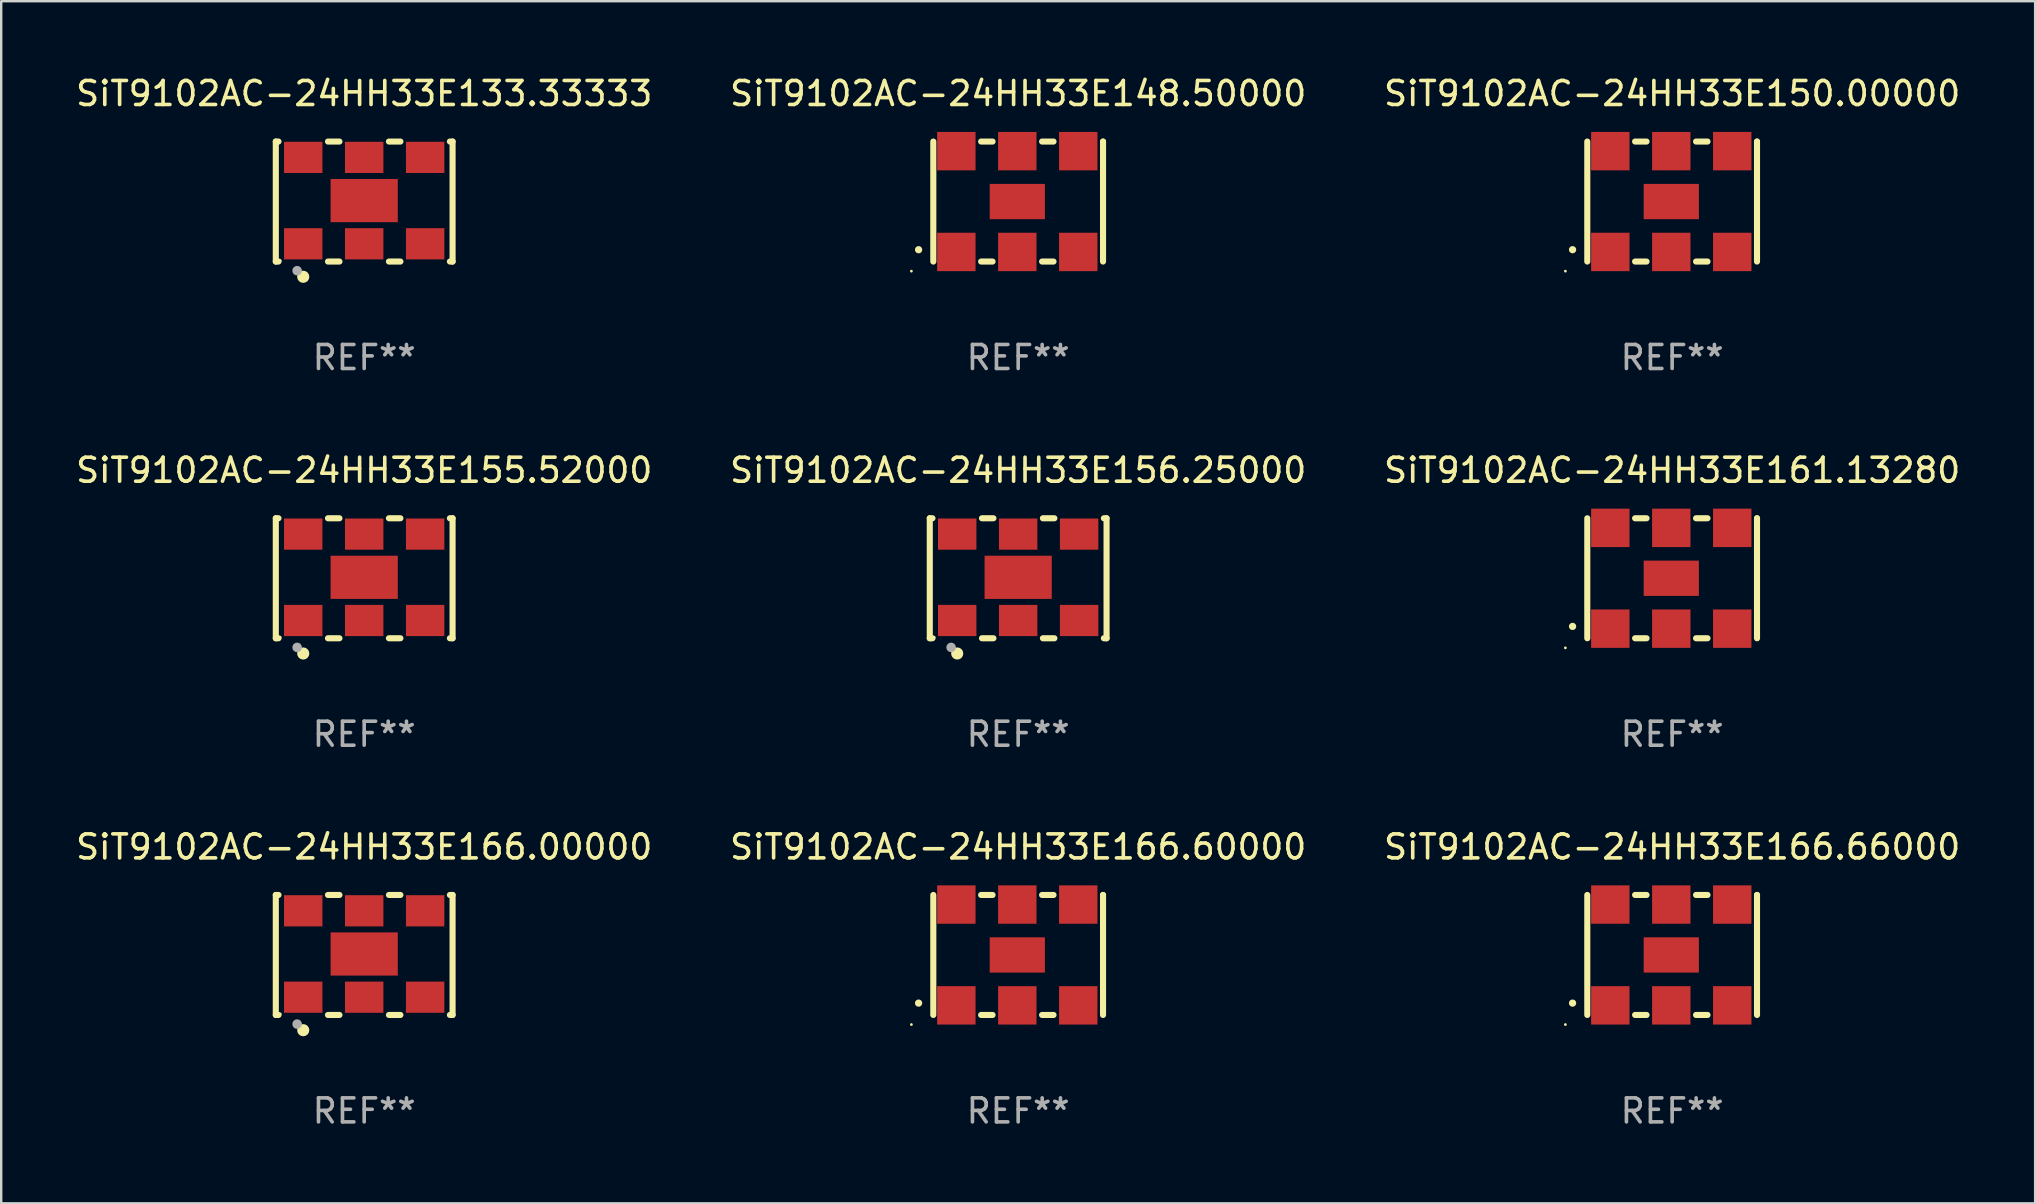
<source format=kicad_pcb>
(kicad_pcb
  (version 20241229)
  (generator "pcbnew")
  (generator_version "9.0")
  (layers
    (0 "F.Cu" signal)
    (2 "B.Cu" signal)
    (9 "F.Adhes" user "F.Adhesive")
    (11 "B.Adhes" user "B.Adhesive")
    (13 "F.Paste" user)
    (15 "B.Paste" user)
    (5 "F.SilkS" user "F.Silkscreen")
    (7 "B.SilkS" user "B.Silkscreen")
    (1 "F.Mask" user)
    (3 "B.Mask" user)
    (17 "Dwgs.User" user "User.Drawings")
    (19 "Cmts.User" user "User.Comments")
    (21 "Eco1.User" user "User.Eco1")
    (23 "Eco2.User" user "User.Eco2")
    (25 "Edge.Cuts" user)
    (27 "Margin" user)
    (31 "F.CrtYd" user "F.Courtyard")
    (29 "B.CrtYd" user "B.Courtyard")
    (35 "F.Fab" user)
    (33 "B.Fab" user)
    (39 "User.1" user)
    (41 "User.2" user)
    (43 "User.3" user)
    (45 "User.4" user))
  (footprint "SiT9102AC-24HH33E156.25000"
    (layer "F.Cu")
    (at 39.375 21.045)
    (property "Reference" "SiT9102AC-24HH33E156.25000" (at 0 -4.5 0) (layer "F.SilkS") (effects (font (size 1 1) (thickness 0.15))))
    (attr through_hole)
    (fp_line (start -3.683 -2.5) (end -3.571 -2.5) (stroke (width 0.254) (type solid)) (layer "F.SilkS"))
    (fp_line (start -3.683 2.5) (end -3.683 -2.5) (stroke (width 0.254) (type solid)) (layer "F.SilkS"))
    (fp_line (start -3.683 2.5) (end -3.571 2.5) (stroke (width 0.254) (type solid)) (layer "F.SilkS"))
    (fp_line (start -1.509 -2.5) (end -1.031 -2.5) (stroke (width 0.254) (type solid)) (layer "F.SilkS"))
    (fp_line (start -1.509 2.5) (end -1.031 2.5) (stroke (width 0.254) (type solid)) (layer "F.SilkS"))
    (fp_line (start 1.031 -2.5) (end 1.509 -2.5) (stroke (width 0.254) (type solid)) (layer "F.SilkS"))
    (fp_line (start 1.031 2.5) (end 1.509 2.5) (stroke (width 0.254) (type solid)) (layer "F.SilkS"))
    (fp_line (start 3.571 -2.5) (end 3.683 -2.5) (stroke (width 0.254) (type solid)) (layer "F.SilkS"))
    (fp_line (start 3.571 2.5) (end 3.683 2.5) (stroke (width 0.254) (type solid)) (layer "F.SilkS"))
    (fp_line (start 3.683 2.5) (end 3.683 -2.5) (stroke (width 0.254) (type solid)) (layer "F.SilkS"))
    (fp_circle (center -3.5 2.46) (end -3.47 2.46) (stroke (width 0.06) (type solid)) (fill no) (layer "F.SilkS"))
    (fp_circle (center -2.54 3.135) (end -2.413 3.135) (stroke (width 0.254) (type solid)) (fill no) (layer "F.SilkS"))
    (fp_circle (center -2.794 2.881) (end -2.694 2.881) (stroke (width 0.2) (type solid)) (fill no) (layer "F.Fab"))
    (fp_text user "REF**" (at 0 6.5 0) (layer "F.Fab") (effects (font (size 1 1) (thickness 0.15))))
    (pad "1" smd rect (at -2.54 1.76) (size 1.6 1.3) (layers "F.Cu" "F.Mask" "F.Paste"))
    (pad "2" smd rect (at 0 1.76) (size 1.6 1.3) (layers "F.Cu" "F.Mask" "F.Paste"))
    (pad "3" smd rect (at 2.54 1.76) (size 1.6 1.3) (layers "F.Cu" "F.Mask" "F.Paste"))
    (pad "4" smd rect (at 2.54 -1.84) (size 1.6 1.3) (layers "F.Cu" "F.Mask" "F.Paste"))
    (pad "5" smd rect (at 0 -1.84) (size 1.6 1.3) (layers "F.Cu" "F.Mask" "F.Paste"))
    (pad "6" smd rect (at -2.54 -1.84) (size 1.6 1.3) (layers "F.Cu" "F.Mask" "F.Paste"))
    (pad "7" smd rect (at 0 -0.04) (size 2.8 1.8) (layers "F.Cu" "F.Mask" "F.Paste")))
  (footprint "SiT9102AC-24HH33E161.13280"
    (layer "F.Cu")
    (at 66.625 21.045)
    (property "Reference" "SiT9102AC-24HH33E161.13280" (at 0 -4.5 0) (layer "F.SilkS") (effects (font (size 1 1) (thickness 0.15))))
    (attr through_hole)
    (fp_line (start -3.536 -2.5) (end -3.536 2.5) (stroke (width 0.254) (type solid)) (layer "F.SilkS"))
    (fp_line (start -1.544 2.5) (end -1.067 2.5) (stroke (width 0.254) (type solid)) (layer "F.SilkS"))
    (fp_line (start -1.067 -2.5) (end -1.544 -2.5) (stroke (width 0.254) (type solid)) (layer "F.SilkS"))
    (fp_line (start 0.996 2.5) (end 1.473 2.5) (stroke (width 0.254) (type solid)) (layer "F.SilkS"))
    (fp_line (start 1.473 -2.5) (end 0.996 -2.5) (stroke (width 0.254) (type solid)) (layer "F.SilkS"))
    (fp_line (start 3.536 -2.5) (end 3.536 -2.5) (stroke (width 0.254) (type solid)) (layer "F.SilkS"))
    (fp_line (start 3.536 2.5) (end 3.536 -2.5) (stroke (width 0.254) (type solid)) (layer "F.SilkS"))
    (fp_arc (start -4.150432 2.006604) (mid -4.149162 2.006599) (end -4.147892 2.006604) (stroke (width 0.3) (type solid)) (layer "F.SilkS"))
    (fp_circle (center -4.449 2.9) (end -4.419 2.9) (stroke (width 0.06) (type solid)) (fill no) (layer "F.SilkS"))
    (fp_text user "REF**" (at 0 6.5 0) (layer "F.Fab") (effects (font (size 1 1) (thickness 0.15))))
    (pad "1" smd rect (at -2.576 2.1) (size 1.6 1.6) (layers "F.Cu" "F.Mask" "F.Paste"))
    (pad "2" smd rect (at -0.036 2.1) (size 1.6 1.6) (layers "F.Cu" "F.Mask" "F.Paste"))
    (pad "3" smd rect (at 2.504 2.1) (size 1.6 1.6) (layers "F.Cu" "F.Mask" "F.Paste"))
    (pad "4" smd rect (at 2.504 -2.1) (size 1.6 1.6) (layers "F.Cu" "F.Mask" "F.Paste"))
    (pad "5" smd rect (at -0.036 -2.1) (size 1.6 1.6) (layers "F.Cu" "F.Mask" "F.Paste"))
    (pad "6" smd rect (at -2.576 -2.1) (size 1.6 1.6) (layers "F.Cu" "F.Mask" "F.Paste"))
    (pad "7" smd rect (at -0.036 0) (size 2.3 1.47) (layers "F.Cu" "F.Mask" "F.Paste")))
  (footprint "SiT9102AC-24HH33E155.52000"
    (layer "F.Cu")
    (at 12.125 21.045)
    (property "Reference" "SiT9102AC-24HH33E155.52000" (at 0 -4.5 0) (layer "F.SilkS") (effects (font (size 1 1) (thickness 0.15))))
    (attr through_hole)
    (fp_line (start -3.683 -2.5) (end -3.571 -2.5) (stroke (width 0.254) (type solid)) (layer "F.SilkS"))
    (fp_line (start -3.683 2.5) (end -3.683 -2.5) (stroke (width 0.254) (type solid)) (layer "F.SilkS"))
    (fp_line (start -3.683 2.5) (end -3.571 2.5) (stroke (width 0.254) (type solid)) (layer "F.SilkS"))
    (fp_line (start -1.509 -2.5) (end -1.031 -2.5) (stroke (width 0.254) (type solid)) (layer "F.SilkS"))
    (fp_line (start -1.509 2.5) (end -1.031 2.5) (stroke (width 0.254) (type solid)) (layer "F.SilkS"))
    (fp_line (start 1.031 -2.5) (end 1.509 -2.5) (stroke (width 0.254) (type solid)) (layer "F.SilkS"))
    (fp_line (start 1.031 2.5) (end 1.509 2.5) (stroke (width 0.254) (type solid)) (layer "F.SilkS"))
    (fp_line (start 3.571 -2.5) (end 3.683 -2.5) (stroke (width 0.254) (type solid)) (layer "F.SilkS"))
    (fp_line (start 3.571 2.5) (end 3.683 2.5) (stroke (width 0.254) (type solid)) (layer "F.SilkS"))
    (fp_line (start 3.683 2.5) (end 3.683 -2.5) (stroke (width 0.254) (type solid)) (layer "F.SilkS"))
    (fp_circle (center -3.5 2.46) (end -3.47 2.46) (stroke (width 0.06) (type solid)) (fill no) (layer "F.SilkS"))
    (fp_circle (center -2.54 3.135) (end -2.413 3.135) (stroke (width 0.254) (type solid)) (fill no) (layer "F.SilkS"))
    (fp_circle (center -2.794 2.881) (end -2.694 2.881) (stroke (width 0.2) (type solid)) (fill no) (layer "F.Fab"))
    (fp_text user "REF**" (at 0 6.5 0) (layer "F.Fab") (effects (font (size 1 1) (thickness 0.15))))
    (pad "1" smd rect (at -2.54 1.76) (size 1.6 1.3) (layers "F.Cu" "F.Mask" "F.Paste"))
    (pad "2" smd rect (at 0 1.76) (size 1.6 1.3) (layers "F.Cu" "F.Mask" "F.Paste"))
    (pad "3" smd rect (at 2.54 1.76) (size 1.6 1.3) (layers "F.Cu" "F.Mask" "F.Paste"))
    (pad "4" smd rect (at 2.54 -1.84) (size 1.6 1.3) (layers "F.Cu" "F.Mask" "F.Paste"))
    (pad "5" smd rect (at 0 -1.84) (size 1.6 1.3) (layers "F.Cu" "F.Mask" "F.Paste"))
    (pad "6" smd rect (at -2.54 -1.84) (size 1.6 1.3) (layers "F.Cu" "F.Mask" "F.Paste"))
    (pad "7" smd rect (at 0 -0.04) (size 2.8 1.8) (layers "F.Cu" "F.Mask" "F.Paste")))
  (footprint "SiT9102AC-24HH33E166.66000"
    (layer "F.Cu")
    (at 66.625 36.741)
    (property "Reference" "SiT9102AC-24HH33E166.66000" (at 0 -4.5 0) (layer "F.SilkS") (effects (font (size 1 1) (thickness 0.15))))
    (attr through_hole)
    (fp_line (start -3.536 -2.5) (end -3.536 2.5) (stroke (width 0.254) (type solid)) (layer "F.SilkS"))
    (fp_line (start -1.544 2.5) (end -1.067 2.5) (stroke (width 0.254) (type solid)) (layer "F.SilkS"))
    (fp_line (start -1.067 -2.5) (end -1.544 -2.5) (stroke (width 0.254) (type solid)) (layer "F.SilkS"))
    (fp_line (start 0.996 2.5) (end 1.473 2.5) (stroke (width 0.254) (type solid)) (layer "F.SilkS"))
    (fp_line (start 1.473 -2.5) (end 0.996 -2.5) (stroke (width 0.254) (type solid)) (layer "F.SilkS"))
    (fp_line (start 3.536 -2.5) (end 3.536 -2.5) (stroke (width 0.254) (type solid)) (layer "F.SilkS"))
    (fp_line (start 3.536 2.5) (end 3.536 -2.5) (stroke (width 0.254) (type solid)) (layer "F.SilkS"))
    (fp_arc (start -4.150432 2.006604) (mid -4.149162 2.006599) (end -4.147892 2.006604) (stroke (width 0.3) (type solid)) (layer "F.SilkS"))
    (fp_circle (center -4.449 2.9) (end -4.419 2.9) (stroke (width 0.06) (type solid)) (fill no) (layer "F.SilkS"))
    (fp_text user "REF**" (at 0 6.5 0) (layer "F.Fab") (effects (font (size 1 1) (thickness 0.15))))
    (pad "1" smd rect (at -2.576 2.1) (size 1.6 1.6) (layers "F.Cu" "F.Mask" "F.Paste"))
    (pad "2" smd rect (at -0.036 2.1) (size 1.6 1.6) (layers "F.Cu" "F.Mask" "F.Paste"))
    (pad "3" smd rect (at 2.504 2.1) (size 1.6 1.6) (layers "F.Cu" "F.Mask" "F.Paste"))
    (pad "4" smd rect (at 2.504 -2.1) (size 1.6 1.6) (layers "F.Cu" "F.Mask" "F.Paste"))
    (pad "5" smd rect (at -0.036 -2.1) (size 1.6 1.6) (layers "F.Cu" "F.Mask" "F.Paste"))
    (pad "6" smd rect (at -2.576 -2.1) (size 1.6 1.6) (layers "F.Cu" "F.Mask" "F.Paste"))
    (pad "7" smd rect (at -0.036 0) (size 2.3 1.47) (layers "F.Cu" "F.Mask" "F.Paste")))
  (footprint "SiT9102AC-24HH33E148.50000"
    (layer "F.Cu")
    (at 39.375 5.348)
    (property "Reference" "SiT9102AC-24HH33E148.50000" (at 0 -4.5 0) (layer "F.SilkS") (effects (font (size 1 1) (thickness 0.15))))
    (attr through_hole)
    (fp_line (start -3.536 -2.5) (end -3.536 2.5) (stroke (width 0.254) (type solid)) (layer "F.SilkS"))
    (fp_line (start -1.544 2.5) (end -1.067 2.5) (stroke (width 0.254) (type solid)) (layer "F.SilkS"))
    (fp_line (start -1.067 -2.5) (end -1.544 -2.5) (stroke (width 0.254) (type solid)) (layer "F.SilkS"))
    (fp_line (start 0.996 2.5) (end 1.473 2.5) (stroke (width 0.254) (type solid)) (layer "F.SilkS"))
    (fp_line (start 1.473 -2.5) (end 0.996 -2.5) (stroke (width 0.254) (type solid)) (layer "F.SilkS"))
    (fp_line (start 3.536 -2.5) (end 3.536 -2.5) (stroke (width 0.254) (type solid)) (layer "F.SilkS"))
    (fp_line (start 3.536 2.5) (end 3.536 -2.5) (stroke (width 0.254) (type solid)) (layer "F.SilkS"))
    (fp_arc (start -4.150432 2.006604) (mid -4.149162 2.006599) (end -4.147892 2.006604) (stroke (width 0.3) (type solid)) (layer "F.SilkS"))
    (fp_circle (center -4.449 2.9) (end -4.419 2.9) (stroke (width 0.06) (type solid)) (fill no) (layer "F.SilkS"))
    (fp_text user "REF**" (at 0 6.5 0) (layer "F.Fab") (effects (font (size 1 1) (thickness 0.15))))
    (pad "1" smd rect (at -2.576 2.1) (size 1.6 1.6) (layers "F.Cu" "F.Mask" "F.Paste"))
    (pad "2" smd rect (at -0.036 2.1) (size 1.6 1.6) (layers "F.Cu" "F.Mask" "F.Paste"))
    (pad "3" smd rect (at 2.504 2.1) (size 1.6 1.6) (layers "F.Cu" "F.Mask" "F.Paste"))
    (pad "4" smd rect (at 2.504 -2.1) (size 1.6 1.6) (layers "F.Cu" "F.Mask" "F.Paste"))
    (pad "5" smd rect (at -0.036 -2.1) (size 1.6 1.6) (layers "F.Cu" "F.Mask" "F.Paste"))
    (pad "6" smd rect (at -2.576 -2.1) (size 1.6 1.6) (layers "F.Cu" "F.Mask" "F.Paste"))
    (pad "7" smd rect (at -0.036 0) (size 2.3 1.47) (layers "F.Cu" "F.Mask" "F.Paste")))
  (footprint "SiT9102AC-24HH33E150.00000"
    (layer "F.Cu")
    (at 66.625 5.348)
    (property "Reference" "SiT9102AC-24HH33E150.00000" (at 0 -4.5 0) (layer "F.SilkS") (effects (font (size 1 1) (thickness 0.15))))
    (attr through_hole)
    (fp_line (start -3.536 -2.5) (end -3.536 2.5) (stroke (width 0.254) (type solid)) (layer "F.SilkS"))
    (fp_line (start -1.544 2.5) (end -1.067 2.5) (stroke (width 0.254) (type solid)) (layer "F.SilkS"))
    (fp_line (start -1.067 -2.5) (end -1.544 -2.5) (stroke (width 0.254) (type solid)) (layer "F.SilkS"))
    (fp_line (start 0.996 2.5) (end 1.473 2.5) (stroke (width 0.254) (type solid)) (layer "F.SilkS"))
    (fp_line (start 1.473 -2.5) (end 0.996 -2.5) (stroke (width 0.254) (type solid)) (layer "F.SilkS"))
    (fp_line (start 3.536 -2.5) (end 3.536 -2.5) (stroke (width 0.254) (type solid)) (layer "F.SilkS"))
    (fp_line (start 3.536 2.5) (end 3.536 -2.5) (stroke (width 0.254) (type solid)) (layer "F.SilkS"))
    (fp_arc (start -4.150432 2.006604) (mid -4.149162 2.006599) (end -4.147892 2.006604) (stroke (width 0.3) (type solid)) (layer "F.SilkS"))
    (fp_circle (center -4.449 2.9) (end -4.419 2.9) (stroke (width 0.06) (type solid)) (fill no) (layer "F.SilkS"))
    (fp_text user "REF**" (at 0 6.5 0) (layer "F.Fab") (effects (font (size 1 1) (thickness 0.15))))
    (pad "1" smd rect (at -2.576 2.1) (size 1.6 1.6) (layers "F.Cu" "F.Mask" "F.Paste"))
    (pad "2" smd rect (at -0.036 2.1) (size 1.6 1.6) (layers "F.Cu" "F.Mask" "F.Paste"))
    (pad "3" smd rect (at 2.504 2.1) (size 1.6 1.6) (layers "F.Cu" "F.Mask" "F.Paste"))
    (pad "4" smd rect (at 2.504 -2.1) (size 1.6 1.6) (layers "F.Cu" "F.Mask" "F.Paste"))
    (pad "5" smd rect (at -0.036 -2.1) (size 1.6 1.6) (layers "F.Cu" "F.Mask" "F.Paste"))
    (pad "6" smd rect (at -2.576 -2.1) (size 1.6 1.6) (layers "F.Cu" "F.Mask" "F.Paste"))
    (pad "7" smd rect (at -0.036 0) (size 2.3 1.47) (layers "F.Cu" "F.Mask" "F.Paste")))
  (footprint "SiT9102AC-24HH33E166.00000"
    (layer "F.Cu")
    (at 12.125 36.741)
    (property "Reference" "SiT9102AC-24HH33E166.00000" (at 0 -4.5 0) (layer "F.SilkS") (effects (font (size 1 1) (thickness 0.15))))
    (attr through_hole)
    (fp_line (start -3.683 -2.5) (end -3.571 -2.5) (stroke (width 0.254) (type solid)) (layer "F.SilkS"))
    (fp_line (start -3.683 2.5) (end -3.683 -2.5) (stroke (width 0.254) (type solid)) (layer "F.SilkS"))
    (fp_line (start -3.683 2.5) (end -3.571 2.5) (stroke (width 0.254) (type solid)) (layer "F.SilkS"))
    (fp_line (start -1.509 -2.5) (end -1.031 -2.5) (stroke (width 0.254) (type solid)) (layer "F.SilkS"))
    (fp_line (start -1.509 2.5) (end -1.031 2.5) (stroke (width 0.254) (type solid)) (layer "F.SilkS"))
    (fp_line (start 1.031 -2.5) (end 1.509 -2.5) (stroke (width 0.254) (type solid)) (layer "F.SilkS"))
    (fp_line (start 1.031 2.5) (end 1.509 2.5) (stroke (width 0.254) (type solid)) (layer "F.SilkS"))
    (fp_line (start 3.571 -2.5) (end 3.683 -2.5) (stroke (width 0.254) (type solid)) (layer "F.SilkS"))
    (fp_line (start 3.571 2.5) (end 3.683 2.5) (stroke (width 0.254) (type solid)) (layer "F.SilkS"))
    (fp_line (start 3.683 2.5) (end 3.683 -2.5) (stroke (width 0.254) (type solid)) (layer "F.SilkS"))
    (fp_circle (center -3.5 2.46) (end -3.47 2.46) (stroke (width 0.06) (type solid)) (fill no) (layer "F.SilkS"))
    (fp_circle (center -2.54 3.135) (end -2.413 3.135) (stroke (width 0.254) (type solid)) (fill no) (layer "F.SilkS"))
    (fp_circle (center -2.794 2.881) (end -2.694 2.881) (stroke (width 0.2) (type solid)) (fill no) (layer "F.Fab"))
    (fp_text user "REF**" (at 0 6.5 0) (layer "F.Fab") (effects (font (size 1 1) (thickness 0.15))))
    (pad "1" smd rect (at -2.54 1.76) (size 1.6 1.3) (layers "F.Cu" "F.Mask" "F.Paste"))
    (pad "2" smd rect (at 0 1.76) (size 1.6 1.3) (layers "F.Cu" "F.Mask" "F.Paste"))
    (pad "3" smd rect (at 2.54 1.76) (size 1.6 1.3) (layers "F.Cu" "F.Mask" "F.Paste"))
    (pad "4" smd rect (at 2.54 -1.84) (size 1.6 1.3) (layers "F.Cu" "F.Mask" "F.Paste"))
    (pad "5" smd rect (at 0 -1.84) (size 1.6 1.3) (layers "F.Cu" "F.Mask" "F.Paste"))
    (pad "6" smd rect (at -2.54 -1.84) (size 1.6 1.3) (layers "F.Cu" "F.Mask" "F.Paste"))
    (pad "7" smd rect (at 0 -0.04) (size 2.8 1.8) (layers "F.Cu" "F.Mask" "F.Paste")))
  (footprint "SiT9102AC-24HH33E166.60000"
    (layer "F.Cu")
    (at 39.375 36.741)
    (property "Reference" "SiT9102AC-24HH33E166.60000" (at 0 -4.5 0) (layer "F.SilkS") (effects (font (size 1 1) (thickness 0.15))))
    (attr through_hole)
    (fp_line (start -3.536 -2.5) (end -3.536 2.5) (stroke (width 0.254) (type solid)) (layer "F.SilkS"))
    (fp_line (start -1.544 2.5) (end -1.067 2.5) (stroke (width 0.254) (type solid)) (layer "F.SilkS"))
    (fp_line (start -1.067 -2.5) (end -1.544 -2.5) (stroke (width 0.254) (type solid)) (layer "F.SilkS"))
    (fp_line (start 0.996 2.5) (end 1.473 2.5) (stroke (width 0.254) (type solid)) (layer "F.SilkS"))
    (fp_line (start 1.473 -2.5) (end 0.996 -2.5) (stroke (width 0.254) (type solid)) (layer "F.SilkS"))
    (fp_line (start 3.536 -2.5) (end 3.536 -2.5) (stroke (width 0.254) (type solid)) (layer "F.SilkS"))
    (fp_line (start 3.536 2.5) (end 3.536 -2.5) (stroke (width 0.254) (type solid)) (layer "F.SilkS"))
    (fp_arc (start -4.150432 2.006604) (mid -4.149162 2.006599) (end -4.147892 2.006604) (stroke (width 0.3) (type solid)) (layer "F.SilkS"))
    (fp_circle (center -4.449 2.9) (end -4.419 2.9) (stroke (width 0.06) (type solid)) (fill no) (layer "F.SilkS"))
    (fp_text user "REF**" (at 0 6.5 0) (layer "F.Fab") (effects (font (size 1 1) (thickness 0.15))))
    (pad "1" smd rect (at -2.576 2.1) (size 1.6 1.6) (layers "F.Cu" "F.Mask" "F.Paste"))
    (pad "2" smd rect (at -0.036 2.1) (size 1.6 1.6) (layers "F.Cu" "F.Mask" "F.Paste"))
    (pad "3" smd rect (at 2.504 2.1) (size 1.6 1.6) (layers "F.Cu" "F.Mask" "F.Paste"))
    (pad "4" smd rect (at 2.504 -2.1) (size 1.6 1.6) (layers "F.Cu" "F.Mask" "F.Paste"))
    (pad "5" smd rect (at -0.036 -2.1) (size 1.6 1.6) (layers "F.Cu" "F.Mask" "F.Paste"))
    (pad "6" smd rect (at -2.576 -2.1) (size 1.6 1.6) (layers "F.Cu" "F.Mask" "F.Paste"))
    (pad "7" smd rect (at -0.036 0) (size 2.3 1.47) (layers "F.Cu" "F.Mask" "F.Paste")))
  (footprint "SiT9102AC-24HH33E133.33333"
    (layer "F.Cu")
    (at 12.125 5.348)
    (property "Reference" "SiT9102AC-24HH33E133.33333" (at 0 -4.5 0) (layer "F.SilkS") (effects (font (size 1 1) (thickness 0.15))))
    (attr through_hole)
    (fp_line (start -3.683 -2.5) (end -3.571 -2.5) (stroke (width 0.254) (type solid)) (layer "F.SilkS"))
    (fp_line (start -3.683 2.5) (end -3.683 -2.5) (stroke (width 0.254) (type solid)) (layer "F.SilkS"))
    (fp_line (start -3.683 2.5) (end -3.571 2.5) (stroke (width 0.254) (type solid)) (layer "F.SilkS"))
    (fp_line (start -1.509 -2.5) (end -1.031 -2.5) (stroke (width 0.254) (type solid)) (layer "F.SilkS"))
    (fp_line (start -1.509 2.5) (end -1.031 2.5) (stroke (width 0.254) (type solid)) (layer "F.SilkS"))
    (fp_line (start 1.031 -2.5) (end 1.509 -2.5) (stroke (width 0.254) (type solid)) (layer "F.SilkS"))
    (fp_line (start 1.031 2.5) (end 1.509 2.5) (stroke (width 0.254) (type solid)) (layer "F.SilkS"))
    (fp_line (start 3.571 -2.5) (end 3.683 -2.5) (stroke (width 0.254) (type solid)) (layer "F.SilkS"))
    (fp_line (start 3.571 2.5) (end 3.683 2.5) (stroke (width 0.254) (type solid)) (layer "F.SilkS"))
    (fp_line (start 3.683 2.5) (end 3.683 -2.5) (stroke (width 0.254) (type solid)) (layer "F.SilkS"))
    (fp_circle (center -3.5 2.46) (end -3.47 2.46) (stroke (width 0.06) (type solid)) (fill no) (layer "F.SilkS"))
    (fp_circle (center -2.54 3.135) (end -2.413 3.135) (stroke (width 0.254) (type solid)) (fill no) (layer "F.SilkS"))
    (fp_circle (center -2.794 2.881) (end -2.694 2.881) (stroke (width 0.2) (type solid)) (fill no) (layer "F.Fab"))
    (fp_text user "REF**" (at 0 6.5 0) (layer "F.Fab") (effects (font (size 1 1) (thickness 0.15))))
    (pad "1" smd rect (at -2.54 1.76) (size 1.6 1.3) (layers "F.Cu" "F.Mask" "F.Paste"))
    (pad "2" smd rect (at 0 1.76) (size 1.6 1.3) (layers "F.Cu" "F.Mask" "F.Paste"))
    (pad "3" smd rect (at 2.54 1.76) (size 1.6 1.3) (layers "F.Cu" "F.Mask" "F.Paste"))
    (pad "4" smd rect (at 2.54 -1.84) (size 1.6 1.3) (layers "F.Cu" "F.Mask" "F.Paste"))
    (pad "5" smd rect (at 0 -1.84) (size 1.6 1.3) (layers "F.Cu" "F.Mask" "F.Paste"))
    (pad "6" smd rect (at -2.54 -1.84) (size 1.6 1.3) (layers "F.Cu" "F.Mask" "F.Paste"))
    (pad "7" smd rect (at 0 -0.04) (size 2.8 1.8) (layers "F.Cu" "F.Mask" "F.Paste")))
  (gr_rect
    (start -3 -3)
    (end 81.75 47.09)
    (stroke (width 0.1) (type default))
    (fill no)
    (layer "Edge.Cuts")))
</source>
